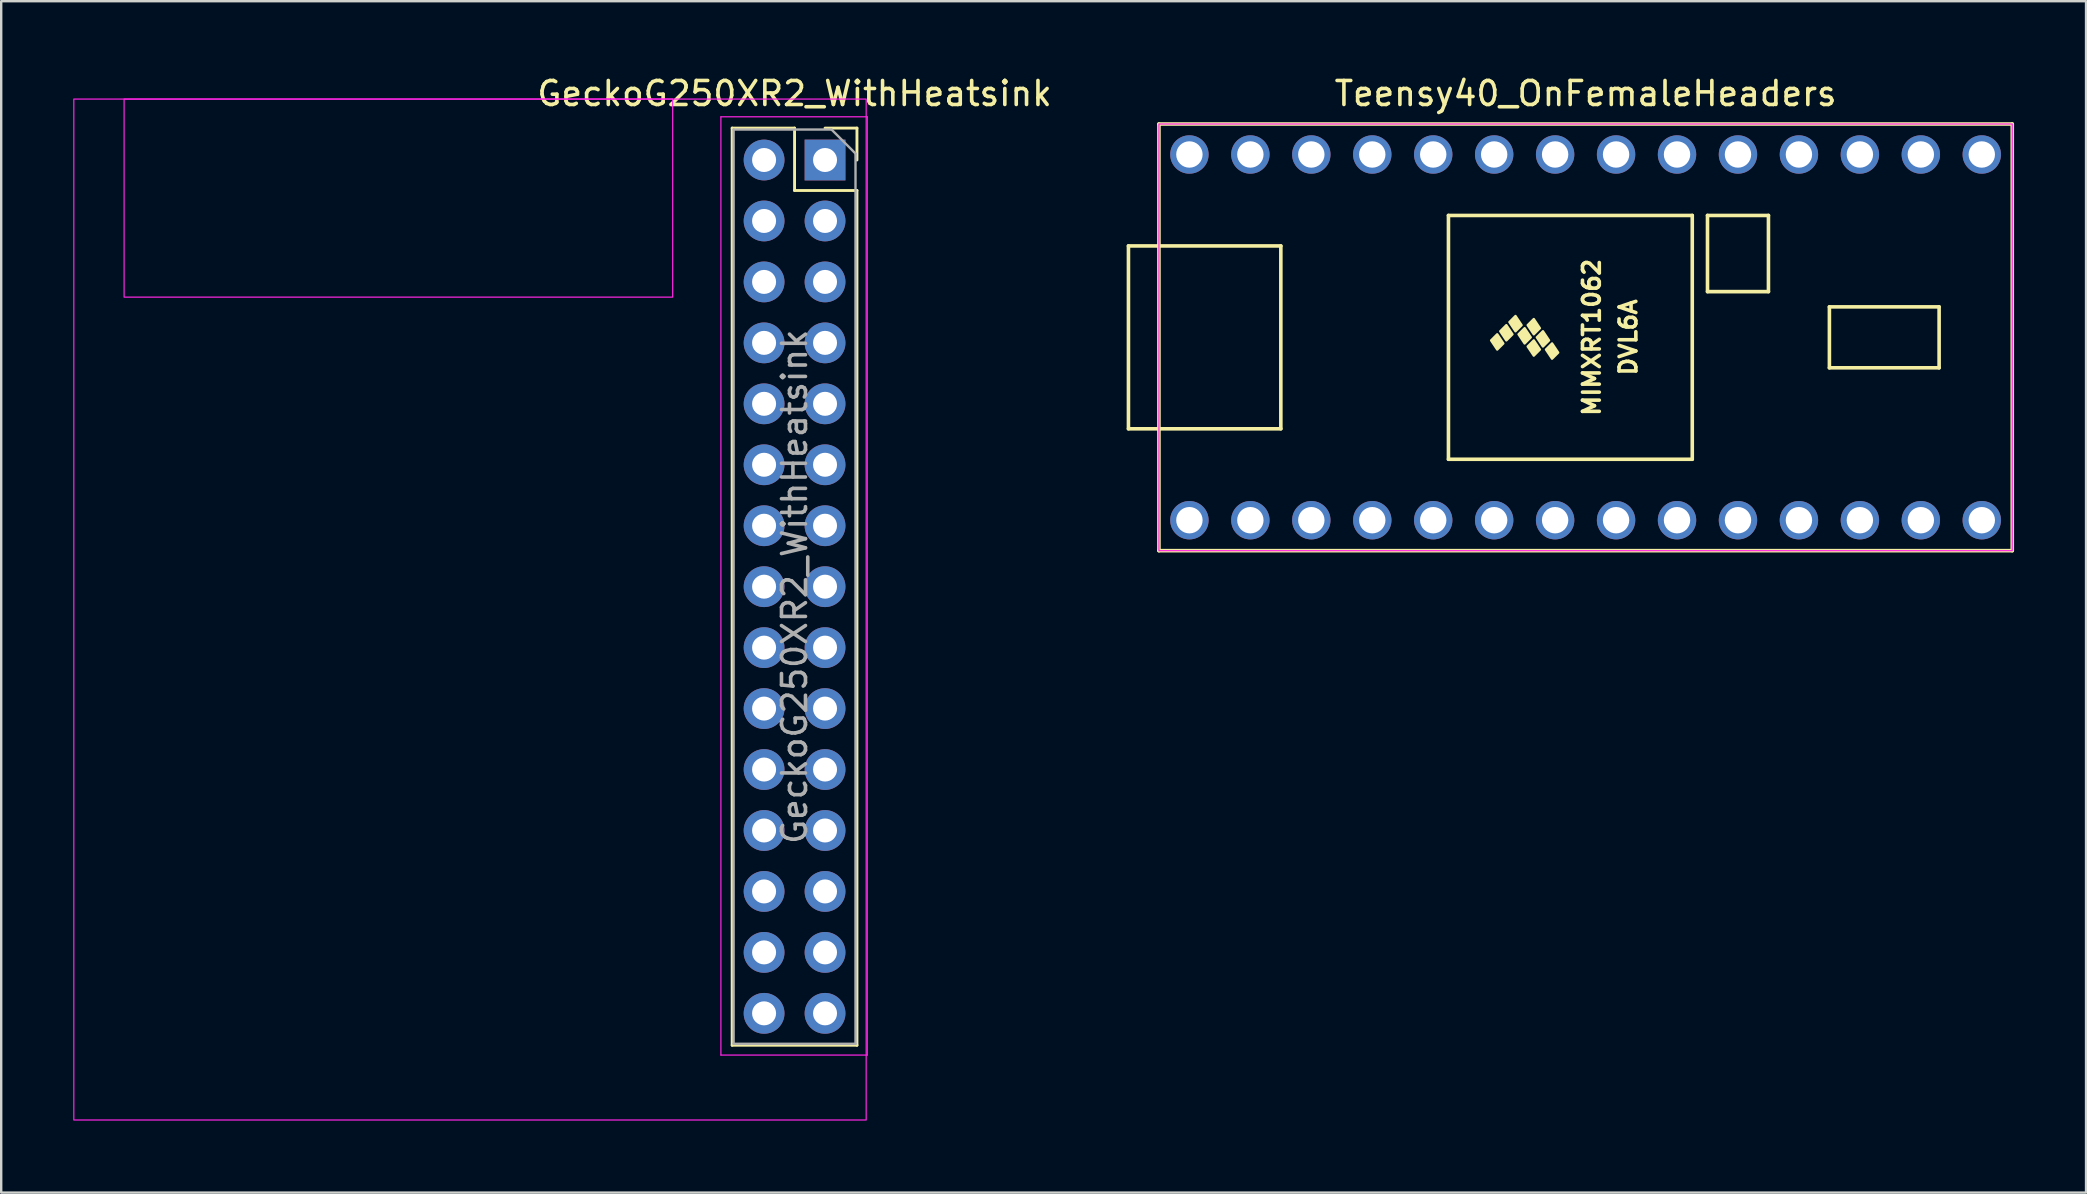
<source format=kicad_pcb>
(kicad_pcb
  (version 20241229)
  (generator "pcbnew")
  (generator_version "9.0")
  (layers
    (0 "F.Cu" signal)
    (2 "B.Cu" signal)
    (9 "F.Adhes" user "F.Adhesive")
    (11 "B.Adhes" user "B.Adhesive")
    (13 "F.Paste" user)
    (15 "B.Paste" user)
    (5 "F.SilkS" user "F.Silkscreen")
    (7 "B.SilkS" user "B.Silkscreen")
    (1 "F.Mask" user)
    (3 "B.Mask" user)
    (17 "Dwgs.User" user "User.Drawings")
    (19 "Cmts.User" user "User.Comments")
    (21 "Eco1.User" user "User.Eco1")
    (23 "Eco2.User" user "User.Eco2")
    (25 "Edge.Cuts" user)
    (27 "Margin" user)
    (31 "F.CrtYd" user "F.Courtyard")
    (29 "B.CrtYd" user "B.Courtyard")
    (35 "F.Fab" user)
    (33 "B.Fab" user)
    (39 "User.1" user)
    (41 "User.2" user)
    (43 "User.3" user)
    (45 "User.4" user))
  (footprint "Teensy40_OnFemaleHeaders"
    (layer "F.Cu")
    (at 63.025 11.008)
    (property "Reference" "Teensy40_OnFemaleHeaders" (at 0 -10.16 0) (layer "F.SilkS") (effects (font (size 1 1) (thickness 0.15))))
    (attr through_hole)
    (fp_line (start -19.05 -3.81) (end -17.78 -3.81) (stroke (width 0.15) (type solid)) (layer "F.SilkS"))
    (fp_line (start -19.05 3.81) (end -19.05 -3.81) (stroke (width 0.15) (type solid)) (layer "F.SilkS"))
    (fp_line (start -17.78 -8.89) (end 17.78 -8.89) (stroke (width 0.15) (type solid)) (layer "F.SilkS"))
    (fp_line (start -17.78 3.81) (end -19.05 3.81) (stroke (width 0.15) (type solid)) (layer "F.SilkS"))
    (fp_line (start -17.78 8.89) (end -17.78 -8.89) (stroke (width 0.15) (type solid)) (layer "F.SilkS"))
    (fp_line (start -12.7 -3.81) (end -17.78 -3.81) (stroke (width 0.15) (type solid)) (layer "F.SilkS"))
    (fp_line (start -12.7 3.81) (end -17.78 3.81) (stroke (width 0.15) (type solid)) (layer "F.SilkS"))
    (fp_line (start -12.7 3.81) (end -12.7 -3.81) (stroke (width 0.15) (type solid)) (layer "F.SilkS"))
    (fp_line (start -5.715 -5.08) (end -5.715 5.08) (stroke (width 0.15) (type solid)) (layer "F.SilkS"))
    (fp_line (start 4.445 -5.08) (end -5.715 -5.08) (stroke (width 0.15) (type solid)) (layer "F.SilkS"))
    (fp_line (start 4.445 5.08) (end -5.715 5.08) (stroke (width 0.15) (type solid)) (layer "F.SilkS"))
    (fp_line (start 4.445 5.08) (end 4.445 -5.08) (stroke (width 0.15) (type solid)) (layer "F.SilkS"))
    (fp_line (start 5.08 -5.08) (end 7.62 -5.08) (stroke (width 0.15) (type solid)) (layer "F.SilkS"))
    (fp_line (start 5.08 -1.905) (end 5.08 -5.08) (stroke (width 0.15) (type solid)) (layer "F.SilkS"))
    (fp_line (start 7.62 -5.08) (end 7.62 -1.905) (stroke (width 0.15) (type solid)) (layer "F.SilkS"))
    (fp_line (start 7.62 -1.905) (end 5.08 -1.905) (stroke (width 0.15) (type solid)) (layer "F.SilkS"))
    (fp_line (start 10.16 -1.27) (end 14.732 -1.27) (stroke (width 0.15) (type solid)) (layer "F.SilkS"))
    (fp_line (start 10.16 1.27) (end 10.16 -1.27) (stroke (width 0.15) (type solid)) (layer "F.SilkS"))
    (fp_line (start 14.732 -1.27) (end 14.732 1.27) (stroke (width 0.15) (type solid)) (layer "F.SilkS"))
    (fp_line (start 14.732 1.27) (end 10.16 1.27) (stroke (width 0.15) (type solid)) (layer "F.SilkS"))
    (fp_line (start 17.78 -8.89) (end 17.78 8.89) (stroke (width 0.15) (type solid)) (layer "F.SilkS"))
    (fp_line (start 17.78 8.89) (end -17.78 8.89) (stroke (width 0.15) (type solid)) (layer "F.SilkS"))
    (fp_poly (pts (xy -3.937 0.127) (xy -3.683 -0.127) (xy -3.429 0.254) (xy -3.683 0.508)) (stroke (width 0.1) (type solid)) (fill yes) (layer "F.SilkS"))
    (fp_poly (pts (xy -3.556 -0.254) (xy -3.302 -0.508) (xy -3.048 -0.127) (xy -3.302 0.127)) (stroke (width 0.1) (type solid)) (fill yes) (layer "F.SilkS"))
    (fp_poly (pts (xy -3.175 -0.635) (xy -2.921 -0.889) (xy -2.667 -0.508) (xy -2.921 -0.254)) (stroke (width 0.1) (type solid)) (fill yes) (layer "F.SilkS"))
    (fp_poly (pts (xy -2.794 -0.127) (xy -2.54 -0.381) (xy -2.286 0) (xy -2.54 0.254)) (stroke (width 0.1) (type solid)) (fill yes) (layer "F.SilkS"))
    (fp_poly (pts (xy -2.413 -0.508) (xy -2.159 -0.762) (xy -1.905 -0.381) (xy -2.159 -0.127)) (stroke (width 0.1) (type solid)) (fill yes) (layer "F.SilkS"))
    (fp_poly (pts (xy -2.413 0.381) (xy -2.159 0.127) (xy -1.905 0.508) (xy -2.159 0.762)) (stroke (width 0.1) (type solid)) (fill yes) (layer "F.SilkS"))
    (fp_poly (pts (xy -2.032 0) (xy -1.778 -0.254) (xy -1.524 0.127) (xy -1.778 0.381)) (stroke (width 0.1) (type solid)) (fill yes) (layer "F.SilkS"))
    (fp_poly (pts (xy -1.651 0.508) (xy -1.397 0.254) (xy -1.143 0.635) (xy -1.397 0.889)) (stroke (width 0.1) (type solid)) (fill yes) (layer "F.SilkS"))
    (fp_rect (start -17.78 -8.89) (end 17.78 8.89) (stroke (width 0.05) (type solid)) (fill no) (layer "F.CrtYd"))
    (fp_text user "DVL6A" (at 1.778 0 90) (layer "F.SilkS") (effects (font (size 0.7 0.7) (thickness 0.15))))
    (fp_text user "MIMXRT1062" (at 0.254 0 90) (layer "F.SilkS") (effects (font (size 0.7 0.7) (thickness 0.15))))
    (pad "1" thru_hole circle (at -16.51 7.62) (size 1.6 1.6) (drill 1.1) (layers "*.Cu" "*.Mask"))
    (pad "2" thru_hole circle (at -13.97 7.62) (size 1.6 1.6) (drill 1.1) (layers "*.Cu" "*.Mask"))
    (pad "3" thru_hole circle (at -11.43 7.62) (size 1.6 1.6) (drill 1.1) (layers "*.Cu" "*.Mask"))
    (pad "4" thru_hole circle (at -8.89 7.62) (size 1.6 1.6) (drill 1.1) (layers "*.Cu" "*.Mask"))
    (pad "5" thru_hole circle (at -6.35 7.62) (size 1.6 1.6) (drill 1.1) (layers "*.Cu" "*.Mask"))
    (pad "6" thru_hole circle (at -3.81 7.62) (size 1.6 1.6) (drill 1.1) (layers "*.Cu" "*.Mask"))
    (pad "7" thru_hole circle (at -1.27 7.62) (size 1.6 1.6) (drill 1.1) (layers "*.Cu" "*.Mask"))
    (pad "8" thru_hole circle (at 1.27 7.62) (size 1.6 1.6) (drill 1.1) (layers "*.Cu" "*.Mask"))
    (pad "9" thru_hole circle (at 3.81 7.62) (size 1.6 1.6) (drill 1.1) (layers "*.Cu" "*.Mask"))
    (pad "10" thru_hole circle (at 6.35 7.62) (size 1.6 1.6) (drill 1.1) (layers "*.Cu" "*.Mask"))
    (pad "11" thru_hole circle (at 8.89 7.62) (size 1.6 1.6) (drill 1.1) (layers "*.Cu" "*.Mask"))
    (pad "12" thru_hole circle (at 11.43 7.62) (size 1.6 1.6) (drill 1.1) (layers "*.Cu" "*.Mask"))
    (pad "13" thru_hole circle (at 13.97 7.62) (size 1.6 1.6) (drill 1.1) (layers "*.Cu" "*.Mask"))
    (pad "14" thru_hole circle (at 16.51 7.62) (size 1.6 1.6) (drill 1.1) (layers "*.Cu" "*.Mask"))
    (pad "20" thru_hole circle (at 16.51 -7.62) (size 1.6 1.6) (drill 1.1) (layers "*.Cu" "*.Mask"))
    (pad "21" thru_hole circle (at 13.97 -7.62) (size 1.6 1.6) (drill 1.1) (layers "*.Cu" "*.Mask"))
    (pad "22" thru_hole circle (at 11.43 -7.62) (size 1.6 1.6) (drill 1.1) (layers "*.Cu" "*.Mask"))
    (pad "23" thru_hole circle (at 8.89 -7.62) (size 1.6 1.6) (drill 1.1) (layers "*.Cu" "*.Mask"))
    (pad "24" thru_hole circle (at 6.35 -7.62) (size 1.6 1.6) (drill 1.1) (layers "*.Cu" "*.Mask"))
    (pad "25" thru_hole circle (at 3.81 -7.62) (size 1.6 1.6) (drill 1.1) (layers "*.Cu" "*.Mask"))
    (pad "26" thru_hole circle (at 1.27 -7.62) (size 1.6 1.6) (drill 1.1) (layers "*.Cu" "*.Mask"))
    (pad "27" thru_hole circle (at -1.27 -7.62) (size 1.6 1.6) (drill 1.1) (layers "*.Cu" "*.Mask"))
    (pad "28" thru_hole circle (at -3.81 -7.62) (size 1.6 1.6) (drill 1.1) (layers "*.Cu" "*.Mask"))
    (pad "29" thru_hole circle (at -6.35 -7.62) (size 1.6 1.6) (drill 1.1) (layers "*.Cu" "*.Mask"))
    (pad "30" thru_hole circle (at -8.89 -7.62) (size 1.6 1.6) (drill 1.1) (layers "*.Cu" "*.Mask"))
    (pad "31" thru_hole circle (at -11.43 -7.62) (size 1.6 1.6) (drill 1.1) (layers "*.Cu" "*.Mask"))
    (pad "32" thru_hole circle (at -13.97 -7.62) (size 1.6 1.6) (drill 1.1) (layers "*.Cu" "*.Mask"))
    (pad "33" thru_hole circle (at -16.51 -7.62) (size 1.6 1.6) (drill 1.1) (layers "*.Cu" "*.Mask")))
  (footprint "GeckoG250XR2_WithHeatsink"
    (layer "F.Cu")
    (at 31.331 3.618)
    (property "Reference" "GeckoG250XR2_WithHeatsink" (at -1.27 -2.77 0) (layer "F.SilkS") (effects (font (size 1 1) (thickness 0.15))))
    (attr through_hole)
    (fp_line (start -3.87 -1.33) (end -3.87 36.89) (stroke (width 0.12) (type solid)) (layer "F.SilkS"))
    (fp_line (start -3.87 -1.33) (end -1.27 -1.33) (stroke (width 0.12) (type solid)) (layer "F.SilkS"))
    (fp_line (start -3.87 36.89) (end 1.33 36.89) (stroke (width 0.12) (type solid)) (layer "F.SilkS"))
    (fp_line (start -1.27 -1.33) (end -1.27 1.27) (stroke (width 0.12) (type solid)) (layer "F.SilkS"))
    (fp_line (start -1.27 1.27) (end 1.33 1.27) (stroke (width 0.12) (type solid)) (layer "F.SilkS"))
    (fp_line (start 0 -1.33) (end 1.33 -1.33) (stroke (width 0.12) (type solid)) (layer "F.SilkS"))
    (fp_line (start 1.33 -1.33) (end 1.33 0) (stroke (width 0.12) (type solid)) (layer "F.SilkS"))
    (fp_line (start 1.33 1.27) (end 1.33 36.89) (stroke (width 0.12) (type solid)) (layer "F.SilkS"))
    (fp_line (start -4.34 -1.8) (end 1.76 -1.8) (stroke (width 0.05) (type solid)) (layer "F.CrtYd"))
    (fp_line (start -4.34 37.3) (end -4.34 -1.8) (stroke (width 0.05) (type solid)) (layer "F.CrtYd"))
    (fp_line (start 1.76 -1.8) (end 1.76 37.3) (stroke (width 0.05) (type solid)) (layer "F.CrtYd"))
    (fp_line (start 1.76 37.3) (end -4.34 37.3) (stroke (width 0.05) (type solid)) (layer "F.CrtYd"))
    (fp_rect (start -6.35 -2.54) (end -29.21 5.715) (stroke (width 0.05) (type solid)) (fill no) (layer "F.CrtYd"))
    (fp_rect (start 1.714 -2.54) (end -31.305 40.005) (stroke (width 0.05) (type solid)) (fill no) (layer "F.CrtYd"))
    (fp_line (start -3.81 -1.27) (end 0.27 -1.27) (stroke (width 0.1) (type solid)) (layer "F.Fab"))
    (fp_line (start -3.81 36.83) (end -3.81 -1.27) (stroke (width 0.1) (type solid)) (layer "F.Fab"))
    (fp_line (start 0.27 -1.27) (end 1.27 -0.27) (stroke (width 0.1) (type solid)) (layer "F.Fab"))
    (fp_line (start 1.27 -0.27) (end 1.27 36.83) (stroke (width 0.1) (type solid)) (layer "F.Fab"))
    (fp_line (start 1.27 36.83) (end -3.81 36.83) (stroke (width 0.1) (type solid)) (layer "F.Fab"))
    (fp_text user "${REFERENCE}" (at -1.27 17.78 90) (layer "F.Fab") (effects (font (size 1 1) (thickness 0.15))))
    (pad "1" thru_hole rect (at 0 0) (size 1.7 1.7) (drill 1) (layers "*.Cu" "*.Mask"))
    (pad "2" thru_hole oval (at -2.54 0) (size 1.7 1.7) (drill 1) (layers "*.Cu" "*.Mask"))
    (pad "3" thru_hole oval (at 0 2.54) (size 1.7 1.7) (drill 1) (layers "*.Cu" "*.Mask"))
    (pad "4" thru_hole oval (at -2.54 2.54) (size 1.7 1.7) (drill 1) (layers "*.Cu" "*.Mask"))
    (pad "5" thru_hole oval (at 0 5.08) (size 1.7 1.7) (drill 1) (layers "*.Cu" "*.Mask"))
    (pad "6" thru_hole oval (at -2.54 5.08) (size 1.7 1.7) (drill 1) (layers "*.Cu" "*.Mask"))
    (pad "7" thru_hole oval (at 0 7.62) (size 1.7 1.7) (drill 1) (layers "*.Cu" "*.Mask"))
    (pad "8" thru_hole oval (at -2.54 7.62) (size 1.7 1.7) (drill 1) (layers "*.Cu" "*.Mask"))
    (pad "9" thru_hole oval (at 0 10.16) (size 1.7 1.7) (drill 1) (layers "*.Cu" "*.Mask"))
    (pad "10" thru_hole oval (at -2.54 10.16) (size 1.7 1.7) (drill 1) (layers "*.Cu" "*.Mask"))
    (pad "11" thru_hole oval (at 0 12.7) (size 1.7 1.7) (drill 1) (layers "*.Cu" "*.Mask"))
    (pad "12" thru_hole oval (at -2.54 12.7) (size 1.7 1.7) (drill 1) (layers "*.Cu" "*.Mask"))
    (pad "13" thru_hole oval (at 0 15.24) (size 1.7 1.7) (drill 1) (layers "*.Cu" "*.Mask"))
    (pad "14" thru_hole oval (at -2.54 15.24) (size 1.7 1.7) (drill 1) (layers "*.Cu" "*.Mask"))
    (pad "15" thru_hole oval (at 0 17.78) (size 1.7 1.7) (drill 1) (layers "*.Cu" "*.Mask"))
    (pad "16" thru_hole oval (at -2.54 17.78) (size 1.7 1.7) (drill 1) (layers "*.Cu" "*.Mask"))
    (pad "17" thru_hole oval (at 0 20.32) (size 1.7 1.7) (drill 1) (layers "*.Cu" "*.Mask"))
    (pad "18" thru_hole oval (at -2.54 20.32) (size 1.7 1.7) (drill 1) (layers "*.Cu" "*.Mask"))
    (pad "19" thru_hole oval (at 0 22.86) (size 1.7 1.7) (drill 1) (layers "*.Cu" "*.Mask"))
    (pad "20" thru_hole oval (at -2.54 22.86) (size 1.7 1.7) (drill 1) (layers "*.Cu" "*.Mask"))
    (pad "21" thru_hole oval (at 0 25.4) (size 1.7 1.7) (drill 1) (layers "*.Cu" "*.Mask"))
    (pad "22" thru_hole oval (at -2.54 25.4) (size 1.7 1.7) (drill 1) (layers "*.Cu" "*.Mask"))
    (pad "23" thru_hole oval (at 0 27.94) (size 1.7 1.7) (drill 1) (layers "*.Cu" "*.Mask"))
    (pad "24" thru_hole oval (at -2.54 27.94) (size 1.7 1.7) (drill 1) (layers "*.Cu" "*.Mask"))
    (pad "25" thru_hole oval (at 0 30.48) (size 1.7 1.7) (drill 1) (layers "*.Cu" "*.Mask"))
    (pad "26" thru_hole oval (at -2.54 30.48) (size 1.7 1.7) (drill 1) (layers "*.Cu" "*.Mask"))
    (pad "27" thru_hole oval (at 0 33.02) (size 1.7 1.7) (drill 1) (layers "*.Cu" "*.Mask"))
    (pad "28" thru_hole oval (at -2.54 33.02) (size 1.7 1.7) (drill 1) (layers "*.Cu" "*.Mask"))
    (pad "29" thru_hole oval (at 0 35.56) (size 1.7 1.7) (drill 1) (layers "*.Cu" "*.Mask"))
    (pad "30" thru_hole oval (at -2.54 35.56) (size 1.7 1.7) (drill 1) (layers "*.Cu" "*.Mask")))
  (gr_rect
    (start -3 -3)
    (end 83.88 46.648)
    (stroke (width 0.1) (type default))
    (fill no)
    (layer "Edge.Cuts")))
</source>
